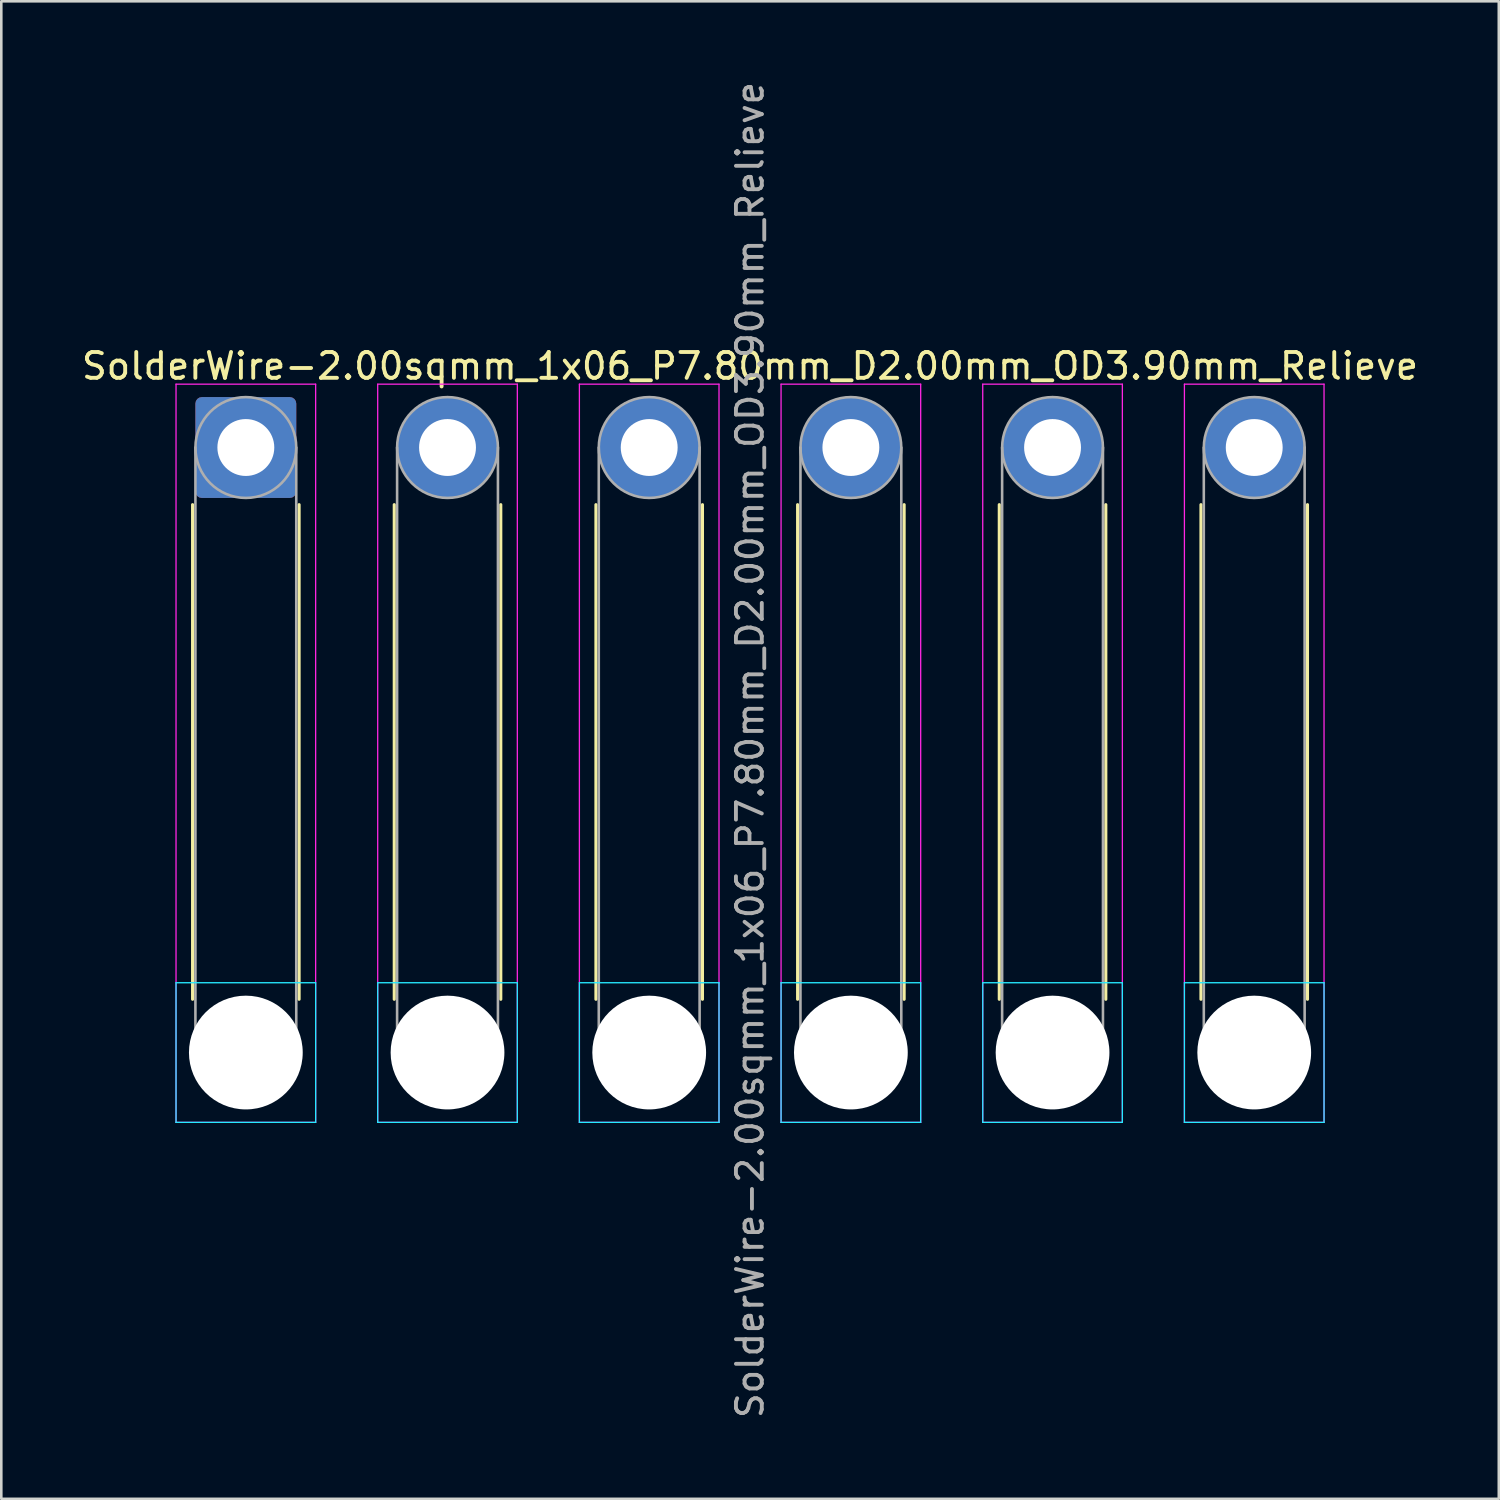
<source format=kicad_pcb>
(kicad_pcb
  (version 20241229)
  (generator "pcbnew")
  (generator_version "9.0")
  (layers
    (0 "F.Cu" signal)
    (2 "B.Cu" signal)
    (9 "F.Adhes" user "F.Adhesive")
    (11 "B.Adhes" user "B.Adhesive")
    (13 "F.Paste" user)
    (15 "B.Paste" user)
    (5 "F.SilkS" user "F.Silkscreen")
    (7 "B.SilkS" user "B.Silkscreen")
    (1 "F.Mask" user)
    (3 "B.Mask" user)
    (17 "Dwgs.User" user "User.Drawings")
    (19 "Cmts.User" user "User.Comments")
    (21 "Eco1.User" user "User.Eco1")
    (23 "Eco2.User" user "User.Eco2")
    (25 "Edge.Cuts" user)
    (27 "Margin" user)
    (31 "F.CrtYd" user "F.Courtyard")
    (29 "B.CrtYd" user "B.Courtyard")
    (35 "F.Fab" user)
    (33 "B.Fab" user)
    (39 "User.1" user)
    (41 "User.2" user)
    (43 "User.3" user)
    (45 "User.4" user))
  (footprint "SolderWire-2.00sqmm_1x06_P7.80mm_D2.00mm_OD3.90mm_Relieve"
    (layer "F.Cu")
    (at 6.458 14.258)
    (property "Reference" "SolderWire-2.00sqmm_1x06_P7.80mm_D2.00mm_OD3.90mm_Relieve" (at 19.5 -3.15 0) (layer "F.SilkS") (effects (font (size 1 1) (thickness 0.15))))
    (attr exclude_from_pos_files exclude_from_bom)
    (fp_line (start -2.06 2.21) (end -2.06 21.34) (stroke (width 0.12) (type solid)) (layer "F.SilkS"))
    (fp_line (start 2.06 2.21) (end 2.06 21.34) (stroke (width 0.12) (type solid)) (layer "F.SilkS"))
    (fp_line (start 5.74 2.21) (end 5.74 21.34) (stroke (width 0.12) (type solid)) (layer "F.SilkS"))
    (fp_line (start 9.86 2.21) (end 9.86 21.34) (stroke (width 0.12) (type solid)) (layer "F.SilkS"))
    (fp_line (start 13.54 2.21) (end 13.54 21.34) (stroke (width 0.12) (type solid)) (layer "F.SilkS"))
    (fp_line (start 17.66 2.21) (end 17.66 21.34) (stroke (width 0.12) (type solid)) (layer "F.SilkS"))
    (fp_line (start 21.34 2.21) (end 21.34 21.34) (stroke (width 0.12) (type solid)) (layer "F.SilkS"))
    (fp_line (start 25.46 2.21) (end 25.46 21.34) (stroke (width 0.12) (type solid)) (layer "F.SilkS"))
    (fp_line (start 29.14 2.21) (end 29.14 21.34) (stroke (width 0.12) (type solid)) (layer "F.SilkS"))
    (fp_line (start 33.26 2.21) (end 33.26 21.34) (stroke (width 0.12) (type solid)) (layer "F.SilkS"))
    (fp_line (start 36.94 2.21) (end 36.94 21.34) (stroke (width 0.12) (type solid)) (layer "F.SilkS"))
    (fp_line (start 41.06 2.21) (end 41.06 21.34) (stroke (width 0.12) (type solid)) (layer "F.SilkS"))
    (fp_line (start -2.7 20.7) (end -2.7 26.1) (stroke (width 0.05) (type solid)) (layer "B.CrtYd"))
    (fp_line (start -2.7 26.1) (end 2.7 26.1) (stroke (width 0.05) (type solid)) (layer "B.CrtYd"))
    (fp_line (start 2.7 20.7) (end -2.7 20.7) (stroke (width 0.05) (type solid)) (layer "B.CrtYd"))
    (fp_line (start 2.7 26.1) (end 2.7 20.7) (stroke (width 0.05) (type solid)) (layer "B.CrtYd"))
    (fp_line (start 5.1 20.7) (end 5.1 26.1) (stroke (width 0.05) (type solid)) (layer "B.CrtYd"))
    (fp_line (start 5.1 26.1) (end 10.5 26.1) (stroke (width 0.05) (type solid)) (layer "B.CrtYd"))
    (fp_line (start 10.5 20.7) (end 5.1 20.7) (stroke (width 0.05) (type solid)) (layer "B.CrtYd"))
    (fp_line (start 10.5 26.1) (end 10.5 20.7) (stroke (width 0.05) (type solid)) (layer "B.CrtYd"))
    (fp_line (start 12.9 20.7) (end 12.9 26.1) (stroke (width 0.05) (type solid)) (layer "B.CrtYd"))
    (fp_line (start 12.9 26.1) (end 18.3 26.1) (stroke (width 0.05) (type solid)) (layer "B.CrtYd"))
    (fp_line (start 18.3 20.7) (end 12.9 20.7) (stroke (width 0.05) (type solid)) (layer "B.CrtYd"))
    (fp_line (start 18.3 26.1) (end 18.3 20.7) (stroke (width 0.05) (type solid)) (layer "B.CrtYd"))
    (fp_line (start 20.7 20.7) (end 20.7 26.1) (stroke (width 0.05) (type solid)) (layer "B.CrtYd"))
    (fp_line (start 20.7 26.1) (end 26.1 26.1) (stroke (width 0.05) (type solid)) (layer "B.CrtYd"))
    (fp_line (start 26.1 20.7) (end 20.7 20.7) (stroke (width 0.05) (type solid)) (layer "B.CrtYd"))
    (fp_line (start 26.1 26.1) (end 26.1 20.7) (stroke (width 0.05) (type solid)) (layer "B.CrtYd"))
    (fp_line (start 28.5 20.7) (end 28.5 26.1) (stroke (width 0.05) (type solid)) (layer "B.CrtYd"))
    (fp_line (start 28.5 26.1) (end 33.9 26.1) (stroke (width 0.05) (type solid)) (layer "B.CrtYd"))
    (fp_line (start 33.9 20.7) (end 28.5 20.7) (stroke (width 0.05) (type solid)) (layer "B.CrtYd"))
    (fp_line (start 33.9 26.1) (end 33.9 20.7) (stroke (width 0.05) (type solid)) (layer "B.CrtYd"))
    (fp_line (start 36.3 20.7) (end 36.3 26.1) (stroke (width 0.05) (type solid)) (layer "B.CrtYd"))
    (fp_line (start 36.3 26.1) (end 41.7 26.1) (stroke (width 0.05) (type solid)) (layer "B.CrtYd"))
    (fp_line (start 41.7 20.7) (end 36.3 20.7) (stroke (width 0.05) (type solid)) (layer "B.CrtYd"))
    (fp_line (start 41.7 26.1) (end 41.7 20.7) (stroke (width 0.05) (type solid)) (layer "B.CrtYd"))
    (fp_line (start -2.7 -2.45) (end -2.7 26.1) (stroke (width 0.05) (type solid)) (layer "F.CrtYd"))
    (fp_line (start -2.7 26.1) (end 2.7 26.1) (stroke (width 0.05) (type solid)) (layer "F.CrtYd"))
    (fp_line (start 2.7 -2.45) (end -2.7 -2.45) (stroke (width 0.05) (type solid)) (layer "F.CrtYd"))
    (fp_line (start 2.7 26.1) (end 2.7 -2.45) (stroke (width 0.05) (type solid)) (layer "F.CrtYd"))
    (fp_line (start 5.1 -2.45) (end 5.1 26.1) (stroke (width 0.05) (type solid)) (layer "F.CrtYd"))
    (fp_line (start 5.1 26.1) (end 10.5 26.1) (stroke (width 0.05) (type solid)) (layer "F.CrtYd"))
    (fp_line (start 10.5 -2.45) (end 5.1 -2.45) (stroke (width 0.05) (type solid)) (layer "F.CrtYd"))
    (fp_line (start 10.5 26.1) (end 10.5 -2.45) (stroke (width 0.05) (type solid)) (layer "F.CrtYd"))
    (fp_line (start 12.9 -2.45) (end 12.9 26.1) (stroke (width 0.05) (type solid)) (layer "F.CrtYd"))
    (fp_line (start 12.9 26.1) (end 18.3 26.1) (stroke (width 0.05) (type solid)) (layer "F.CrtYd"))
    (fp_line (start 18.3 -2.45) (end 12.9 -2.45) (stroke (width 0.05) (type solid)) (layer "F.CrtYd"))
    (fp_line (start 18.3 26.1) (end 18.3 -2.45) (stroke (width 0.05) (type solid)) (layer "F.CrtYd"))
    (fp_line (start 20.7 -2.45) (end 20.7 26.1) (stroke (width 0.05) (type solid)) (layer "F.CrtYd"))
    (fp_line (start 20.7 26.1) (end 26.1 26.1) (stroke (width 0.05) (type solid)) (layer "F.CrtYd"))
    (fp_line (start 26.1 -2.45) (end 20.7 -2.45) (stroke (width 0.05) (type solid)) (layer "F.CrtYd"))
    (fp_line (start 26.1 26.1) (end 26.1 -2.45) (stroke (width 0.05) (type solid)) (layer "F.CrtYd"))
    (fp_line (start 28.5 -2.45) (end 28.5 26.1) (stroke (width 0.05) (type solid)) (layer "F.CrtYd"))
    (fp_line (start 28.5 26.1) (end 33.9 26.1) (stroke (width 0.05) (type solid)) (layer "F.CrtYd"))
    (fp_line (start 33.9 -2.45) (end 28.5 -2.45) (stroke (width 0.05) (type solid)) (layer "F.CrtYd"))
    (fp_line (start 33.9 26.1) (end 33.9 -2.45) (stroke (width 0.05) (type solid)) (layer "F.CrtYd"))
    (fp_line (start 36.3 -2.45) (end 36.3 26.1) (stroke (width 0.05) (type solid)) (layer "F.CrtYd"))
    (fp_line (start 36.3 26.1) (end 41.7 26.1) (stroke (width 0.05) (type solid)) (layer "F.CrtYd"))
    (fp_line (start 41.7 -2.45) (end 36.3 -2.45) (stroke (width 0.05) (type solid)) (layer "F.CrtYd"))
    (fp_line (start 41.7 26.1) (end 41.7 -2.45) (stroke (width 0.05) (type solid)) (layer "F.CrtYd"))
    (fp_line (start -1.95 0) (end -1.95 23.4) (stroke (width 0.1) (type solid)) (layer "F.Fab"))
    (fp_line (start 1.95 0) (end 1.95 23.4) (stroke (width 0.1) (type solid)) (layer "F.Fab"))
    (fp_line (start 5.85 0) (end 5.85 23.4) (stroke (width 0.1) (type solid)) (layer "F.Fab"))
    (fp_line (start 9.75 0) (end 9.75 23.4) (stroke (width 0.1) (type solid)) (layer "F.Fab"))
    (fp_line (start 13.65 0) (end 13.65 23.4) (stroke (width 0.1) (type solid)) (layer "F.Fab"))
    (fp_line (start 17.55 0) (end 17.55 23.4) (stroke (width 0.1) (type solid)) (layer "F.Fab"))
    (fp_line (start 21.45 0) (end 21.45 23.4) (stroke (width 0.1) (type solid)) (layer "F.Fab"))
    (fp_line (start 25.35 0) (end 25.35 23.4) (stroke (width 0.1) (type solid)) (layer "F.Fab"))
    (fp_line (start 29.25 0) (end 29.25 23.4) (stroke (width 0.1) (type solid)) (layer "F.Fab"))
    (fp_line (start 33.15 0) (end 33.15 23.4) (stroke (width 0.1) (type solid)) (layer "F.Fab"))
    (fp_line (start 37.05 0) (end 37.05 23.4) (stroke (width 0.1) (type solid)) (layer "F.Fab"))
    (fp_line (start 40.95 0) (end 40.95 23.4) (stroke (width 0.1) (type solid)) (layer "F.Fab"))
    (fp_circle (center 0 0) (end 1.95 0) (stroke (width 0.1) (type solid)) (fill no) (layer "F.Fab"))
    (fp_circle (center 0 23.4) (end 1.95 23.4) (stroke (width 0.1) (type solid)) (fill no) (layer "F.Fab"))
    (fp_circle (center 7.8 0) (end 9.75 0) (stroke (width 0.1) (type solid)) (fill no) (layer "F.Fab"))
    (fp_circle (center 7.8 23.4) (end 9.75 23.4) (stroke (width 0.1) (type solid)) (fill no) (layer "F.Fab"))
    (fp_circle (center 15.6 0) (end 17.55 0) (stroke (width 0.1) (type solid)) (fill no) (layer "F.Fab"))
    (fp_circle (center 15.6 23.4) (end 17.55 23.4) (stroke (width 0.1) (type solid)) (fill no) (layer "F.Fab"))
    (fp_circle (center 23.4 0) (end 25.35 0) (stroke (width 0.1) (type solid)) (fill no) (layer "F.Fab"))
    (fp_circle (center 23.4 23.4) (end 25.35 23.4) (stroke (width 0.1) (type solid)) (fill no) (layer "F.Fab"))
    (fp_circle (center 31.2 0) (end 33.15 0) (stroke (width 0.1) (type solid)) (fill no) (layer "F.Fab"))
    (fp_circle (center 31.2 23.4) (end 33.15 23.4) (stroke (width 0.1) (type solid)) (fill no) (layer "F.Fab"))
    (fp_circle (center 39 0) (end 40.95 0) (stroke (width 0.1) (type solid)) (fill no) (layer "F.Fab"))
    (fp_circle (center 39 23.4) (end 40.95 23.4) (stroke (width 0.1) (type solid)) (fill no) (layer "F.Fab"))
    (fp_text user "${REFERENCE}" (at 19.5 11.7 90) (layer "F.Fab") (effects (font (size 1 1) (thickness 0.15))))
    (pad "" np_thru_hole circle (at 0 23.4) (size 4.4 4.4) (drill 4.4) (layers "*.Cu" "*.Mask"))
    (pad "" np_thru_hole circle (at 7.8 23.4) (size 4.4 4.4) (drill 4.4) (layers "*.Cu" "*.Mask"))
    (pad "" np_thru_hole circle (at 15.6 23.4) (size 4.4 4.4) (drill 4.4) (layers "*.Cu" "*.Mask"))
    (pad "" np_thru_hole circle (at 23.4 23.4) (size 4.4 4.4) (drill 4.4) (layers "*.Cu" "*.Mask"))
    (pad "" np_thru_hole circle (at 31.2 23.4) (size 4.4 4.4) (drill 4.4) (layers "*.Cu" "*.Mask"))
    (pad "" np_thru_hole circle (at 39 23.4) (size 4.4 4.4) (drill 4.4) (layers "*.Cu" "*.Mask"))
    (pad "1" thru_hole roundrect (at 0 0) (size 3.9 3.9) (drill 2.2) (layers "*.Cu" "*.Mask") (roundrect_rratio 0.064))
    (pad "2" thru_hole circle (at 7.8 0) (size 3.9 3.9) (drill 2.2) (layers "*.Cu" "*.Mask"))
    (pad "3" thru_hole circle (at 15.6 0) (size 3.9 3.9) (drill 2.2) (layers "*.Cu" "*.Mask"))
    (pad "4" thru_hole circle (at 23.4 0) (size 3.9 3.9) (drill 2.2) (layers "*.Cu" "*.Mask"))
    (pad "5" thru_hole circle (at 31.2 0) (size 3.9 3.9) (drill 2.2) (layers "*.Cu" "*.Mask"))
    (pad "6" thru_hole circle (at 39 0) (size 3.9 3.9) (drill 2.2) (layers "*.Cu" "*.Mask")))
  (gr_rect
    (start -3 -3)
    (end 54.917 54.917)
    (stroke (width 0.1) (type default))
    (fill no)
    (layer "Edge.Cuts")))
</source>
